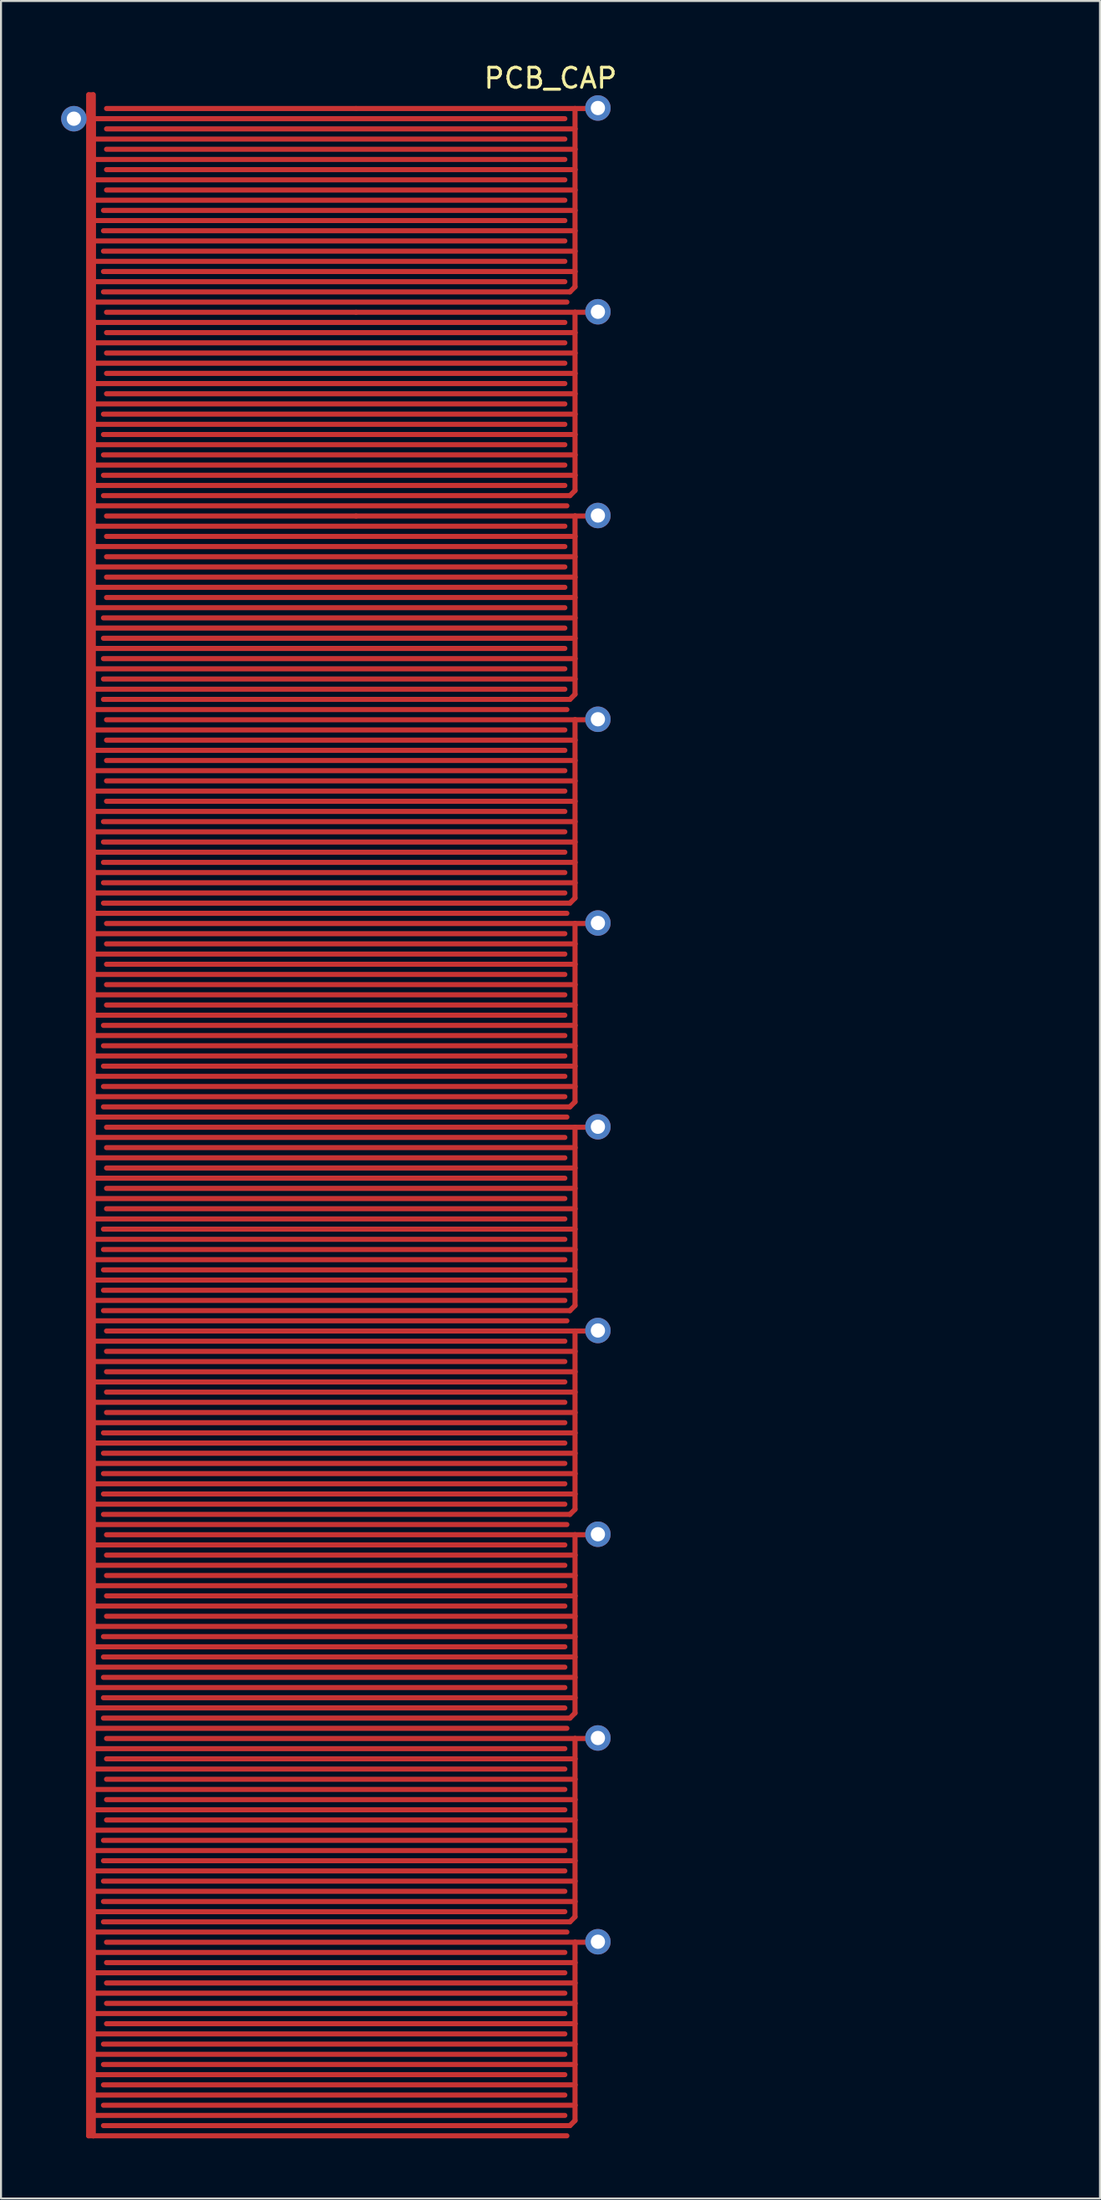
<source format=kicad_pcb>
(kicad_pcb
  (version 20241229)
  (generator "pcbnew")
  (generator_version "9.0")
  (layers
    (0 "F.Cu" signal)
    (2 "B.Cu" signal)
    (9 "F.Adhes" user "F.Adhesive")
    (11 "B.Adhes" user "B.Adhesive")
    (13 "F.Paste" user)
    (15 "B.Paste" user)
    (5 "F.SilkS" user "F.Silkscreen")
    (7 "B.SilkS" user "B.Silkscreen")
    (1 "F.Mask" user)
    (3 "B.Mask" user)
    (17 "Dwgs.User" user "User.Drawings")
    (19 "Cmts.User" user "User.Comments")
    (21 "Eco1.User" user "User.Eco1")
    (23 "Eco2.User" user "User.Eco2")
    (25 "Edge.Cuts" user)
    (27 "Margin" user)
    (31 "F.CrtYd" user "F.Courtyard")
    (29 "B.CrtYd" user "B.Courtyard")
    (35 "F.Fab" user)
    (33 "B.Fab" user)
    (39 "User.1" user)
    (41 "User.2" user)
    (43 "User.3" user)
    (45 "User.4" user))
  (footprint "PCB_CAP"
    (layer "F.Cu")
    (at 48.565 68.02)
    (property "Reference" "PCB_CAP" (at -24.157 -67.172 0) (layer "F.SilkS") (effects (font (size 1 1) (thickness 0.15))))
    (fp_line (start -47.93 -65.151) (end -46.962 -65.151) (stroke (width 0.254) (type solid)) (layer "F.Cu"))
    (fp_line (start -47.193 -66.37) (end -46.962 -66.37) (stroke (width 0.203) (type solid)) (layer "F.Cu"))
    (fp_line (start -47.193 -65.151) (end -47.193 -66.345) (stroke (width 0.254) (type solid)) (layer "F.Cu"))
    (fp_line (start -47.193 35.433) (end -47.193 -65.151) (stroke (width 0.254) (type solid)) (layer "F.Cu"))
    (fp_line (start -47.193 35.433) (end -46.962 35.433) (stroke (width 0.254) (type solid)) (layer "F.Cu"))
    (fp_line (start -46.962 -65.151) (end -46.962 -66.345) (stroke (width 0.254) (type solid)) (layer "F.Cu"))
    (fp_line (start -46.962 -65.151) (end -23.442 -65.151) (stroke (width 0.254) (type solid)) (layer "F.Cu"))
    (fp_line (start -46.962 -64.135) (end -46.962 -65.151) (stroke (width 0.254) (type solid)) (layer "F.Cu"))
    (fp_line (start -46.962 -64.135) (end -23.442 -64.135) (stroke (width 0.254) (type solid)) (layer "F.Cu"))
    (fp_line (start -46.962 -63.119) (end -46.962 -64.135) (stroke (width 0.254) (type solid)) (layer "F.Cu"))
    (fp_line (start -46.962 -63.119) (end -23.442 -63.119) (stroke (width 0.254) (type solid)) (layer "F.Cu"))
    (fp_line (start -46.962 -62.103) (end -46.962 -63.119) (stroke (width 0.254) (type solid)) (layer "F.Cu"))
    (fp_line (start -46.962 -62.103) (end -23.442 -62.103) (stroke (width 0.254) (type solid)) (layer "F.Cu"))
    (fp_line (start -46.962 -61.087) (end -46.962 -62.103) (stroke (width 0.254) (type solid)) (layer "F.Cu"))
    (fp_line (start -46.962 -61.087) (end -23.442 -61.087) (stroke (width 0.254) (type solid)) (layer "F.Cu"))
    (fp_line (start -46.962 -60.071) (end -46.962 -61.087) (stroke (width 0.254) (type solid)) (layer "F.Cu"))
    (fp_line (start -46.962 -60.071) (end -23.442 -60.071) (stroke (width 0.254) (type solid)) (layer "F.Cu"))
    (fp_line (start -46.962 -59.055) (end -46.962 -60.071) (stroke (width 0.254) (type solid)) (layer "F.Cu"))
    (fp_line (start -46.962 -59.055) (end -23.442 -59.055) (stroke (width 0.254) (type solid)) (layer "F.Cu"))
    (fp_line (start -46.962 -58.039) (end -46.962 -59.055) (stroke (width 0.254) (type solid)) (layer "F.Cu"))
    (fp_line (start -46.962 -58.039) (end -23.442 -58.039) (stroke (width 0.254) (type solid)) (layer "F.Cu"))
    (fp_line (start -46.962 -57.023) (end -46.962 -58.039) (stroke (width 0.254) (type solid)) (layer "F.Cu"))
    (fp_line (start -46.962 -57.023) (end -23.442 -57.023) (stroke (width 0.254) (type solid)) (layer "F.Cu"))
    (fp_line (start -46.962 -56.007) (end -46.962 -57.023) (stroke (width 0.254) (type solid)) (layer "F.Cu"))
    (fp_line (start -46.962 -56.007) (end -23.34 -56.007) (stroke (width 0.254) (type solid)) (layer "F.Cu"))
    (fp_line (start -46.962 -54.991) (end -23.442 -54.991) (stroke (width 0.254) (type solid)) (layer "F.Cu"))
    (fp_line (start -46.962 -53.975) (end -46.962 -54.991) (stroke (width 0.254) (type solid)) (layer "F.Cu"))
    (fp_line (start -46.962 -53.975) (end -23.442 -53.975) (stroke (width 0.254) (type solid)) (layer "F.Cu"))
    (fp_line (start -46.962 -52.959) (end -46.962 -53.975) (stroke (width 0.254) (type solid)) (layer "F.Cu"))
    (fp_line (start -46.962 -52.959) (end -23.442 -52.959) (stroke (width 0.254) (type solid)) (layer "F.Cu"))
    (fp_line (start -46.962 -51.943) (end -46.962 -52.959) (stroke (width 0.254) (type solid)) (layer "F.Cu"))
    (fp_line (start -46.962 -51.943) (end -23.442 -51.943) (stroke (width 0.254) (type solid)) (layer "F.Cu"))
    (fp_line (start -46.962 -50.927) (end -46.962 -51.943) (stroke (width 0.254) (type solid)) (layer "F.Cu"))
    (fp_line (start -46.962 -50.927) (end -23.442 -50.927) (stroke (width 0.254) (type solid)) (layer "F.Cu"))
    (fp_line (start -46.962 -49.911) (end -46.962 -50.927) (stroke (width 0.254) (type solid)) (layer "F.Cu"))
    (fp_line (start -46.962 -49.911) (end -23.442 -49.911) (stroke (width 0.254) (type solid)) (layer "F.Cu"))
    (fp_line (start -46.962 -48.895) (end -46.962 -49.911) (stroke (width 0.254) (type solid)) (layer "F.Cu"))
    (fp_line (start -46.962 -48.895) (end -23.442 -48.895) (stroke (width 0.254) (type solid)) (layer "F.Cu"))
    (fp_line (start -46.962 -47.879) (end -46.962 -48.895) (stroke (width 0.254) (type solid)) (layer "F.Cu"))
    (fp_line (start -46.962 -47.879) (end -23.442 -47.879) (stroke (width 0.254) (type solid)) (layer "F.Cu"))
    (fp_line (start -46.962 -46.863) (end -46.962 -47.879) (stroke (width 0.254) (type solid)) (layer "F.Cu"))
    (fp_line (start -46.962 -46.863) (end -23.442 -46.863) (stroke (width 0.254) (type solid)) (layer "F.Cu"))
    (fp_line (start -46.962 -45.847) (end -46.962 -46.863) (stroke (width 0.254) (type solid)) (layer "F.Cu"))
    (fp_line (start -46.962 -45.847) (end -23.34 -45.847) (stroke (width 0.254) (type solid)) (layer "F.Cu"))
    (fp_line (start -46.962 -44.831) (end -46.962 -65.151) (stroke (width 0.254) (type solid)) (layer "F.Cu"))
    (fp_line (start -46.962 -44.831) (end -23.442 -44.831) (stroke (width 0.254) (type solid)) (layer "F.Cu"))
    (fp_line (start -46.962 -43.815) (end -46.962 -44.831) (stroke (width 0.254) (type solid)) (layer "F.Cu"))
    (fp_line (start -46.962 -43.815) (end -23.442 -43.815) (stroke (width 0.254) (type solid)) (layer "F.Cu"))
    (fp_line (start -46.962 -42.799) (end -46.962 -43.815) (stroke (width 0.254) (type solid)) (layer "F.Cu"))
    (fp_line (start -46.962 -42.799) (end -23.442 -42.799) (stroke (width 0.254) (type solid)) (layer "F.Cu"))
    (fp_line (start -46.962 -41.783) (end -46.962 -42.799) (stroke (width 0.254) (type solid)) (layer "F.Cu"))
    (fp_line (start -46.962 -41.783) (end -23.442 -41.783) (stroke (width 0.254) (type solid)) (layer "F.Cu"))
    (fp_line (start -46.962 -40.767) (end -46.962 -41.783) (stroke (width 0.254) (type solid)) (layer "F.Cu"))
    (fp_line (start -46.962 -40.767) (end -23.442 -40.767) (stroke (width 0.254) (type solid)) (layer "F.Cu"))
    (fp_line (start -46.962 -39.751) (end -46.962 -40.767) (stroke (width 0.254) (type solid)) (layer "F.Cu"))
    (fp_line (start -46.962 -39.751) (end -23.442 -39.751) (stroke (width 0.254) (type solid)) (layer "F.Cu"))
    (fp_line (start -46.962 -38.735) (end -46.962 -39.751) (stroke (width 0.254) (type solid)) (layer "F.Cu"))
    (fp_line (start -46.962 -38.735) (end -23.442 -38.735) (stroke (width 0.254) (type solid)) (layer "F.Cu"))
    (fp_line (start -46.962 -37.719) (end -46.962 -38.735) (stroke (width 0.254) (type solid)) (layer "F.Cu"))
    (fp_line (start -46.962 -37.719) (end -23.442 -37.719) (stroke (width 0.254) (type solid)) (layer "F.Cu"))
    (fp_line (start -46.962 -36.703) (end -46.962 -37.719) (stroke (width 0.254) (type solid)) (layer "F.Cu"))
    (fp_line (start -46.962 -36.703) (end -23.442 -36.703) (stroke (width 0.254) (type solid)) (layer "F.Cu"))
    (fp_line (start -46.962 -35.687) (end -46.962 -36.703) (stroke (width 0.254) (type solid)) (layer "F.Cu"))
    (fp_line (start -46.962 -35.687) (end -23.34 -35.687) (stroke (width 0.254) (type solid)) (layer "F.Cu"))
    (fp_line (start -46.962 -34.671) (end -23.442 -34.671) (stroke (width 0.254) (type solid)) (layer "F.Cu"))
    (fp_line (start -46.962 -33.655) (end -23.442 -33.655) (stroke (width 0.254) (type solid)) (layer "F.Cu"))
    (fp_line (start -46.962 -32.639) (end -23.442 -32.639) (stroke (width 0.254) (type solid)) (layer "F.Cu"))
    (fp_line (start -46.962 -31.623) (end -23.442 -31.623) (stroke (width 0.254) (type solid)) (layer "F.Cu"))
    (fp_line (start -46.962 -30.607) (end -23.442 -30.607) (stroke (width 0.254) (type solid)) (layer "F.Cu"))
    (fp_line (start -46.962 -29.591) (end -23.442 -29.591) (stroke (width 0.254) (type solid)) (layer "F.Cu"))
    (fp_line (start -46.962 -28.575) (end -23.442 -28.575) (stroke (width 0.254) (type solid)) (layer "F.Cu"))
    (fp_line (start -46.962 -27.559) (end -23.442 -27.559) (stroke (width 0.254) (type solid)) (layer "F.Cu"))
    (fp_line (start -46.962 -26.543) (end -23.442 -26.543) (stroke (width 0.254) (type solid)) (layer "F.Cu"))
    (fp_line (start -46.962 -25.527) (end -46.962 -35.687) (stroke (width 0.254) (type solid)) (layer "F.Cu"))
    (fp_line (start -46.962 -25.527) (end -23.34 -25.527) (stroke (width 0.254) (type solid)) (layer "F.Cu"))
    (fp_line (start -46.962 -24.511) (end -23.442 -24.511) (stroke (width 0.254) (type solid)) (layer "F.Cu"))
    (fp_line (start -46.962 -23.495) (end -23.442 -23.495) (stroke (width 0.254) (type solid)) (layer "F.Cu"))
    (fp_line (start -46.962 -22.479) (end -23.442 -22.479) (stroke (width 0.254) (type solid)) (layer "F.Cu"))
    (fp_line (start -46.962 -21.463) (end -23.442 -21.463) (stroke (width 0.254) (type solid)) (layer "F.Cu"))
    (fp_line (start -46.962 -20.447) (end -23.442 -20.447) (stroke (width 0.254) (type solid)) (layer "F.Cu"))
    (fp_line (start -46.962 -19.431) (end -23.442 -19.431) (stroke (width 0.254) (type solid)) (layer "F.Cu"))
    (fp_line (start -46.962 -18.415) (end -23.442 -18.415) (stroke (width 0.254) (type solid)) (layer "F.Cu"))
    (fp_line (start -46.962 -17.399) (end -23.442 -17.399) (stroke (width 0.254) (type solid)) (layer "F.Cu"))
    (fp_line (start -46.962 -16.383) (end -23.442 -16.383) (stroke (width 0.254) (type solid)) (layer "F.Cu"))
    (fp_line (start -46.962 -15.367) (end -46.962 -25.527) (stroke (width 0.254) (type solid)) (layer "F.Cu"))
    (fp_line (start -46.962 -15.367) (end -23.34 -15.367) (stroke (width 0.254) (type solid)) (layer "F.Cu"))
    (fp_line (start -46.962 -14.351) (end -23.442 -14.351) (stroke (width 0.254) (type solid)) (layer "F.Cu"))
    (fp_line (start -46.962 -13.335) (end -23.442 -13.335) (stroke (width 0.254) (type solid)) (layer "F.Cu"))
    (fp_line (start -46.962 -12.319) (end -23.442 -12.319) (stroke (width 0.254) (type solid)) (layer "F.Cu"))
    (fp_line (start -46.962 -11.303) (end -23.442 -11.303) (stroke (width 0.254) (type solid)) (layer "F.Cu"))
    (fp_line (start -46.962 -10.287) (end -23.442 -10.287) (stroke (width 0.254) (type solid)) (layer "F.Cu"))
    (fp_line (start -46.962 -9.271) (end -23.442 -9.271) (stroke (width 0.254) (type solid)) (layer "F.Cu"))
    (fp_line (start -46.962 -8.255) (end -23.442 -8.255) (stroke (width 0.254) (type solid)) (layer "F.Cu"))
    (fp_line (start -46.962 -7.239) (end -23.442 -7.239) (stroke (width 0.254) (type solid)) (layer "F.Cu"))
    (fp_line (start -46.962 -6.223) (end -23.442 -6.223) (stroke (width 0.254) (type solid)) (layer "F.Cu"))
    (fp_line (start -46.962 -5.207) (end -46.962 -15.367) (stroke (width 0.254) (type solid)) (layer "F.Cu"))
    (fp_line (start -46.962 -5.207) (end -23.34 -5.207) (stroke (width 0.254) (type solid)) (layer "F.Cu"))
    (fp_line (start -46.962 -4.191) (end -23.442 -4.191) (stroke (width 0.254) (type solid)) (layer "F.Cu"))
    (fp_line (start -46.962 -3.175) (end -23.442 -3.175) (stroke (width 0.254) (type solid)) (layer "F.Cu"))
    (fp_line (start -46.962 -2.159) (end -23.442 -2.159) (stroke (width 0.254) (type solid)) (layer "F.Cu"))
    (fp_line (start -46.962 -1.143) (end -23.442 -1.143) (stroke (width 0.254) (type solid)) (layer "F.Cu"))
    (fp_line (start -46.962 -0.127) (end -23.442 -0.127) (stroke (width 0.254) (type solid)) (layer "F.Cu"))
    (fp_line (start -46.962 0.889) (end -23.442 0.889) (stroke (width 0.254) (type solid)) (layer "F.Cu"))
    (fp_line (start -46.962 1.905) (end -23.442 1.905) (stroke (width 0.254) (type solid)) (layer "F.Cu"))
    (fp_line (start -46.962 2.921) (end -23.442 2.921) (stroke (width 0.254) (type solid)) (layer "F.Cu"))
    (fp_line (start -46.962 3.937) (end -23.442 3.937) (stroke (width 0.254) (type solid)) (layer "F.Cu"))
    (fp_line (start -46.962 4.953) (end -46.962 -5.207) (stroke (width 0.254) (type solid)) (layer "F.Cu"))
    (fp_line (start -46.962 4.953) (end -23.34 4.953) (stroke (width 0.254) (type solid)) (layer "F.Cu"))
    (fp_line (start -46.962 5.969) (end -23.442 5.969) (stroke (width 0.254) (type solid)) (layer "F.Cu"))
    (fp_line (start -46.962 6.985) (end -23.442 6.985) (stroke (width 0.254) (type solid)) (layer "F.Cu"))
    (fp_line (start -46.962 8.001) (end -23.442 8.001) (stroke (width 0.254) (type solid)) (layer "F.Cu"))
    (fp_line (start -46.962 9.017) (end -23.442 9.017) (stroke (width 0.254) (type solid)) (layer "F.Cu"))
    (fp_line (start -46.962 10.033) (end -23.442 10.033) (stroke (width 0.254) (type solid)) (layer "F.Cu"))
    (fp_line (start -46.962 11.049) (end -23.442 11.049) (stroke (width 0.254) (type solid)) (layer "F.Cu"))
    (fp_line (start -46.962 12.065) (end -23.442 12.065) (stroke (width 0.254) (type solid)) (layer "F.Cu"))
    (fp_line (start -46.962 13.081) (end -23.442 13.081) (stroke (width 0.254) (type solid)) (layer "F.Cu"))
    (fp_line (start -46.962 14.097) (end -23.442 14.097) (stroke (width 0.254) (type solid)) (layer "F.Cu"))
    (fp_line (start -46.962 15.113) (end -46.962 4.953) (stroke (width 0.254) (type solid)) (layer "F.Cu"))
    (fp_line (start -46.962 15.113) (end -23.34 15.113) (stroke (width 0.254) (type solid)) (layer "F.Cu"))
    (fp_line (start -46.962 16.129) (end -23.442 16.129) (stroke (width 0.254) (type solid)) (layer "F.Cu"))
    (fp_line (start -46.962 17.145) (end -23.442 17.145) (stroke (width 0.254) (type solid)) (layer "F.Cu"))
    (fp_line (start -46.962 18.161) (end -23.442 18.161) (stroke (width 0.254) (type solid)) (layer "F.Cu"))
    (fp_line (start -46.962 19.177) (end -23.442 19.177) (stroke (width 0.254) (type solid)) (layer "F.Cu"))
    (fp_line (start -46.962 20.193) (end -23.442 20.193) (stroke (width 0.254) (type solid)) (layer "F.Cu"))
    (fp_line (start -46.962 21.209) (end -23.442 21.209) (stroke (width 0.254) (type solid)) (layer "F.Cu"))
    (fp_line (start -46.962 22.225) (end -23.442 22.225) (stroke (width 0.254) (type solid)) (layer "F.Cu"))
    (fp_line (start -46.962 23.241) (end -23.442 23.241) (stroke (width 0.254) (type solid)) (layer "F.Cu"))
    (fp_line (start -46.962 24.257) (end -23.442 24.257) (stroke (width 0.254) (type solid)) (layer "F.Cu"))
    (fp_line (start -46.962 25.273) (end -46.962 15.113) (stroke (width 0.254) (type solid)) (layer "F.Cu"))
    (fp_line (start -46.962 25.273) (end -23.34 25.273) (stroke (width 0.254) (type solid)) (layer "F.Cu"))
    (fp_line (start -46.962 26.289) (end -23.442 26.289) (stroke (width 0.254) (type solid)) (layer "F.Cu"))
    (fp_line (start -46.962 27.305) (end -23.442 27.305) (stroke (width 0.254) (type solid)) (layer "F.Cu"))
    (fp_line (start -46.962 28.321) (end -23.442 28.321) (stroke (width 0.254) (type solid)) (layer "F.Cu"))
    (fp_line (start -46.962 29.337) (end -23.442 29.337) (stroke (width 0.254) (type solid)) (layer "F.Cu"))
    (fp_line (start -46.962 30.353) (end -23.442 30.353) (stroke (width 0.254) (type solid)) (layer "F.Cu"))
    (fp_line (start -46.962 31.369) (end -23.442 31.369) (stroke (width 0.254) (type solid)) (layer "F.Cu"))
    (fp_line (start -46.962 32.385) (end -23.442 32.385) (stroke (width 0.254) (type solid)) (layer "F.Cu"))
    (fp_line (start -46.962 33.401) (end -23.442 33.401) (stroke (width 0.254) (type solid)) (layer "F.Cu"))
    (fp_line (start -46.962 34.417) (end -23.442 34.417) (stroke (width 0.254) (type solid)) (layer "F.Cu"))
    (fp_line (start -46.962 35.433) (end -46.962 25.273) (stroke (width 0.254) (type solid)) (layer "F.Cu"))
    (fp_line (start -46.962 35.433) (end -23.34 35.433) (stroke (width 0.254) (type solid)) (layer "F.Cu"))
    (fp_line (start -46.454 -60.579) (end -22.934 -60.579) (stroke (width 0.254) (type solid)) (layer "F.Cu"))
    (fp_line (start -46.454 -59.563) (end -22.934 -59.563) (stroke (width 0.254) (type solid)) (layer "F.Cu"))
    (fp_line (start -46.454 -58.547) (end -22.934 -58.547) (stroke (width 0.254) (type solid)) (layer "F.Cu"))
    (fp_line (start -46.454 -57.531) (end -22.934 -57.531) (stroke (width 0.254) (type solid)) (layer "F.Cu"))
    (fp_line (start -46.454 -56.515) (end -23.188 -56.515) (stroke (width 0.254) (type solid)) (layer "F.Cu"))
    (fp_line (start -46.454 -50.419) (end -22.934 -50.419) (stroke (width 0.254) (type solid)) (layer "F.Cu"))
    (fp_line (start -46.454 -49.403) (end -22.934 -49.403) (stroke (width 0.254) (type solid)) (layer "F.Cu"))
    (fp_line (start -46.454 -48.387) (end -22.934 -48.387) (stroke (width 0.254) (type solid)) (layer "F.Cu"))
    (fp_line (start -46.454 -47.371) (end -22.934 -47.371) (stroke (width 0.254) (type solid)) (layer "F.Cu"))
    (fp_line (start -46.454 -46.355) (end -23.188 -46.355) (stroke (width 0.254) (type solid)) (layer "F.Cu"))
    (fp_line (start -46.454 -40.259) (end -22.934 -40.259) (stroke (width 0.254) (type solid)) (layer "F.Cu"))
    (fp_line (start -46.454 -39.243) (end -22.934 -39.243) (stroke (width 0.254) (type solid)) (layer "F.Cu"))
    (fp_line (start -46.454 -38.227) (end -22.934 -38.227) (stroke (width 0.254) (type solid)) (layer "F.Cu"))
    (fp_line (start -46.454 -37.211) (end -22.934 -37.211) (stroke (width 0.254) (type solid)) (layer "F.Cu"))
    (fp_line (start -46.454 -36.195) (end -23.188 -36.195) (stroke (width 0.254) (type solid)) (layer "F.Cu"))
    (fp_line (start -46.454 -30.099) (end -22.934 -30.099) (stroke (width 0.254) (type solid)) (layer "F.Cu"))
    (fp_line (start -46.454 -29.083) (end -22.934 -29.083) (stroke (width 0.254) (type solid)) (layer "F.Cu"))
    (fp_line (start -46.454 -28.067) (end -22.934 -28.067) (stroke (width 0.254) (type solid)) (layer "F.Cu"))
    (fp_line (start -46.454 -27.051) (end -22.934 -27.051) (stroke (width 0.254) (type solid)) (layer "F.Cu"))
    (fp_line (start -46.454 -26.035) (end -23.188 -26.035) (stroke (width 0.254) (type solid)) (layer "F.Cu"))
    (fp_line (start -46.454 -19.939) (end -22.934 -19.939) (stroke (width 0.254) (type solid)) (layer "F.Cu"))
    (fp_line (start -46.454 -18.923) (end -22.934 -18.923) (stroke (width 0.254) (type solid)) (layer "F.Cu"))
    (fp_line (start -46.454 -17.907) (end -22.934 -17.907) (stroke (width 0.254) (type solid)) (layer "F.Cu"))
    (fp_line (start -46.454 -16.891) (end -22.934 -16.891) (stroke (width 0.254) (type solid)) (layer "F.Cu"))
    (fp_line (start -46.454 -15.875) (end -23.188 -15.875) (stroke (width 0.254) (type solid)) (layer "F.Cu"))
    (fp_line (start -46.454 -9.779) (end -22.934 -9.779) (stroke (width 0.254) (type solid)) (layer "F.Cu"))
    (fp_line (start -46.454 -8.763) (end -22.934 -8.763) (stroke (width 0.254) (type solid)) (layer "F.Cu"))
    (fp_line (start -46.454 -7.747) (end -22.934 -7.747) (stroke (width 0.254) (type solid)) (layer "F.Cu"))
    (fp_line (start -46.454 -6.731) (end -22.934 -6.731) (stroke (width 0.254) (type solid)) (layer "F.Cu"))
    (fp_line (start -46.454 -5.715) (end -23.188 -5.715) (stroke (width 0.254) (type solid)) (layer "F.Cu"))
    (fp_line (start -46.454 0.381) (end -22.934 0.381) (stroke (width 0.254) (type solid)) (layer "F.Cu"))
    (fp_line (start -46.454 1.397) (end -22.934 1.397) (stroke (width 0.254) (type solid)) (layer "F.Cu"))
    (fp_line (start -46.454 2.413) (end -22.934 2.413) (stroke (width 0.254) (type solid)) (layer "F.Cu"))
    (fp_line (start -46.454 3.429) (end -22.934 3.429) (stroke (width 0.254) (type solid)) (layer "F.Cu"))
    (fp_line (start -46.454 4.445) (end -23.188 4.445) (stroke (width 0.254) (type solid)) (layer "F.Cu"))
    (fp_line (start -46.454 10.541) (end -22.934 10.541) (stroke (width 0.254) (type solid)) (layer "F.Cu"))
    (fp_line (start -46.454 11.557) (end -22.934 11.557) (stroke (width 0.254) (type solid)) (layer "F.Cu"))
    (fp_line (start -46.454 12.573) (end -22.934 12.573) (stroke (width 0.254) (type solid)) (layer "F.Cu"))
    (fp_line (start -46.454 13.589) (end -22.934 13.589) (stroke (width 0.254) (type solid)) (layer "F.Cu"))
    (fp_line (start -46.454 14.605) (end -23.188 14.605) (stroke (width 0.254) (type solid)) (layer "F.Cu"))
    (fp_line (start -46.454 20.701) (end -22.934 20.701) (stroke (width 0.254) (type solid)) (layer "F.Cu"))
    (fp_line (start -46.454 21.717) (end -22.934 21.717) (stroke (width 0.254) (type solid)) (layer "F.Cu"))
    (fp_line (start -46.454 22.733) (end -22.934 22.733) (stroke (width 0.254) (type solid)) (layer "F.Cu"))
    (fp_line (start -46.454 23.749) (end -22.934 23.749) (stroke (width 0.254) (type solid)) (layer "F.Cu"))
    (fp_line (start -46.454 24.765) (end -23.188 24.765) (stroke (width 0.254) (type solid)) (layer "F.Cu"))
    (fp_line (start -46.454 30.861) (end -22.934 30.861) (stroke (width 0.254) (type solid)) (layer "F.Cu"))
    (fp_line (start -46.454 31.877) (end -22.934 31.877) (stroke (width 0.254) (type solid)) (layer "F.Cu"))
    (fp_line (start -46.454 32.893) (end -22.934 32.893) (stroke (width 0.254) (type solid)) (layer "F.Cu"))
    (fp_line (start -46.454 33.909) (end -22.934 33.909) (stroke (width 0.254) (type solid)) (layer "F.Cu"))
    (fp_line (start -46.454 34.925) (end -23.188 34.925) (stroke (width 0.254) (type solid)) (layer "F.Cu"))
    (fp_line (start -46.302 -65.659) (end -33.856 -65.659) (stroke (width 0.254) (type solid)) (layer "F.Cu"))
    (fp_line (start -46.302 -64.643) (end -22.934 -64.643) (stroke (width 0.254) (type solid)) (layer "F.Cu"))
    (fp_line (start -46.302 -63.627) (end -22.934 -63.627) (stroke (width 0.254) (type solid)) (layer "F.Cu"))
    (fp_line (start -46.302 -62.611) (end -22.934 -62.611) (stroke (width 0.254) (type solid)) (layer "F.Cu"))
    (fp_line (start -46.302 -61.595) (end -22.934 -61.595) (stroke (width 0.254) (type solid)) (layer "F.Cu"))
    (fp_line (start -46.302 -55.499) (end -33.856 -55.499) (stroke (width 0.254) (type solid)) (layer "F.Cu"))
    (fp_line (start -46.302 -54.483) (end -22.934 -54.483) (stroke (width 0.254) (type solid)) (layer "F.Cu"))
    (fp_line (start -46.302 -53.467) (end -22.934 -53.467) (stroke (width 0.254) (type solid)) (layer "F.Cu"))
    (fp_line (start -46.302 -52.451) (end -22.934 -52.451) (stroke (width 0.254) (type solid)) (layer "F.Cu"))
    (fp_line (start -46.302 -51.435) (end -22.934 -51.435) (stroke (width 0.254) (type solid)) (layer "F.Cu"))
    (fp_line (start -46.302 -45.339) (end -33.856 -45.339) (stroke (width 0.254) (type solid)) (layer "F.Cu"))
    (fp_line (start -46.302 -44.323) (end -22.934 -44.323) (stroke (width 0.254) (type solid)) (layer "F.Cu"))
    (fp_line (start -46.302 -43.307) (end -22.934 -43.307) (stroke (width 0.254) (type solid)) (layer "F.Cu"))
    (fp_line (start -46.302 -42.291) (end -22.934 -42.291) (stroke (width 0.254) (type solid)) (layer "F.Cu"))
    (fp_line (start -46.302 -41.275) (end -22.934 -41.275) (stroke (width 0.254) (type solid)) (layer "F.Cu"))
    (fp_line (start -46.302 -35.179) (end -22.934 -35.179) (stroke (width 0.254) (type solid)) (layer "F.Cu"))
    (fp_line (start -46.302 -34.163) (end -22.934 -34.163) (stroke (width 0.254) (type solid)) (layer "F.Cu"))
    (fp_line (start -46.302 -33.147) (end -22.934 -33.147) (stroke (width 0.254) (type solid)) (layer "F.Cu"))
    (fp_line (start -46.302 -32.131) (end -22.934 -32.131) (stroke (width 0.254) (type solid)) (layer "F.Cu"))
    (fp_line (start -46.302 -31.115) (end -22.934 -31.115) (stroke (width 0.254) (type solid)) (layer "F.Cu"))
    (fp_line (start -46.302 -25.019) (end -22.934 -25.019) (stroke (width 0.254) (type solid)) (layer "F.Cu"))
    (fp_line (start -46.302 -24.003) (end -22.934 -24.003) (stroke (width 0.254) (type solid)) (layer "F.Cu"))
    (fp_line (start -46.302 -22.987) (end -22.934 -22.987) (stroke (width 0.254) (type solid)) (layer "F.Cu"))
    (fp_line (start -46.302 -21.971) (end -22.934 -21.971) (stroke (width 0.254) (type solid)) (layer "F.Cu"))
    (fp_line (start -46.302 -20.955) (end -22.934 -20.955) (stroke (width 0.254) (type solid)) (layer "F.Cu"))
    (fp_line (start -46.302 -14.859) (end -22.934 -14.859) (stroke (width 0.254) (type solid)) (layer "F.Cu"))
    (fp_line (start -46.302 -13.843) (end -22.934 -13.843) (stroke (width 0.254) (type solid)) (layer "F.Cu"))
    (fp_line (start -46.302 -12.827) (end -22.934 -12.827) (stroke (width 0.254) (type solid)) (layer "F.Cu"))
    (fp_line (start -46.302 -11.811) (end -22.934 -11.811) (stroke (width 0.254) (type solid)) (layer "F.Cu"))
    (fp_line (start -46.302 -10.795) (end -22.934 -10.795) (stroke (width 0.254) (type solid)) (layer "F.Cu"))
    (fp_line (start -46.302 -4.699) (end -22.934 -4.699) (stroke (width 0.254) (type solid)) (layer "F.Cu"))
    (fp_line (start -46.302 -3.683) (end -22.934 -3.683) (stroke (width 0.254) (type solid)) (layer "F.Cu"))
    (fp_line (start -46.302 -2.667) (end -22.934 -2.667) (stroke (width 0.254) (type solid)) (layer "F.Cu"))
    (fp_line (start -46.302 -1.651) (end -22.934 -1.651) (stroke (width 0.254) (type solid)) (layer "F.Cu"))
    (fp_line (start -46.302 -0.635) (end -22.934 -0.635) (stroke (width 0.254) (type solid)) (layer "F.Cu"))
    (fp_line (start -46.302 5.461) (end -22.934 5.461) (stroke (width 0.254) (type solid)) (layer "F.Cu"))
    (fp_line (start -46.302 6.477) (end -22.934 6.477) (stroke (width 0.254) (type solid)) (layer "F.Cu"))
    (fp_line (start -46.302 7.493) (end -22.934 7.493) (stroke (width 0.254) (type solid)) (layer "F.Cu"))
    (fp_line (start -46.302 8.509) (end -22.934 8.509) (stroke (width 0.254) (type solid)) (layer "F.Cu"))
    (fp_line (start -46.302 9.525) (end -22.934 9.525) (stroke (width 0.254) (type solid)) (layer "F.Cu"))
    (fp_line (start -46.302 15.621) (end -22.934 15.621) (stroke (width 0.254) (type solid)) (layer "F.Cu"))
    (fp_line (start -46.302 16.637) (end -22.934 16.637) (stroke (width 0.254) (type solid)) (layer "F.Cu"))
    (fp_line (start -46.302 17.653) (end -22.934 17.653) (stroke (width 0.254) (type solid)) (layer "F.Cu"))
    (fp_line (start -46.302 18.669) (end -22.934 18.669) (stroke (width 0.254) (type solid)) (layer "F.Cu"))
    (fp_line (start -46.302 19.685) (end -22.934 19.685) (stroke (width 0.254) (type solid)) (layer "F.Cu"))
    (fp_line (start -46.302 25.781) (end -22.934 25.781) (stroke (width 0.254) (type solid)) (layer "F.Cu"))
    (fp_line (start -46.302 26.797) (end -22.934 26.797) (stroke (width 0.254) (type solid)) (layer "F.Cu"))
    (fp_line (start -46.302 27.813) (end -22.934 27.813) (stroke (width 0.254) (type solid)) (layer "F.Cu"))
    (fp_line (start -46.302 28.829) (end -22.934 28.829) (stroke (width 0.254) (type solid)) (layer "F.Cu"))
    (fp_line (start -46.302 29.845) (end -22.934 29.845) (stroke (width 0.254) (type solid)) (layer "F.Cu"))
    (fp_line (start -33.856 -65.659) (end -22.934 -65.659) (stroke (width 0.254) (type solid)) (layer "F.Cu"))
    (fp_line (start -33.856 -55.499) (end -22.934 -55.499) (stroke (width 0.254) (type solid)) (layer "F.Cu"))
    (fp_line (start -33.856 -45.339) (end -22.934 -45.339) (stroke (width 0.254) (type solid)) (layer "F.Cu"))
    (fp_line (start -23.188 -56.515) (end -22.934 -56.769) (stroke (width 0.254) (type solid)) (layer "F.Cu"))
    (fp_line (start -23.188 -46.355) (end -22.934 -46.609) (stroke (width 0.254) (type solid)) (layer "F.Cu"))
    (fp_line (start -23.188 -36.195) (end -22.934 -36.449) (stroke (width 0.254) (type solid)) (layer "F.Cu"))
    (fp_line (start -23.188 -26.035) (end -22.934 -26.289) (stroke (width 0.254) (type solid)) (layer "F.Cu"))
    (fp_line (start -23.188 -15.875) (end -22.934 -16.129) (stroke (width 0.254) (type solid)) (layer "F.Cu"))
    (fp_line (start -23.188 -5.715) (end -22.934 -5.969) (stroke (width 0.254) (type solid)) (layer "F.Cu"))
    (fp_line (start -23.188 4.445) (end -22.934 4.191) (stroke (width 0.254) (type solid)) (layer "F.Cu"))
    (fp_line (start -23.188 14.605) (end -22.934 14.351) (stroke (width 0.254) (type solid)) (layer "F.Cu"))
    (fp_line (start -23.188 24.765) (end -22.934 24.511) (stroke (width 0.254) (type solid)) (layer "F.Cu"))
    (fp_line (start -23.188 34.925) (end -22.934 34.671) (stroke (width 0.254) (type solid)) (layer "F.Cu"))
    (fp_line (start -22.934 -65.659) (end -21.819 -65.659) (stroke (width 0.254) (type solid)) (layer "F.Cu"))
    (fp_line (start -22.934 -64.643) (end -22.934 -65.659) (stroke (width 0.254) (type solid)) (layer "F.Cu"))
    (fp_line (start -22.934 -63.627) (end -22.934 -64.643) (stroke (width 0.254) (type solid)) (layer "F.Cu"))
    (fp_line (start -22.934 -62.611) (end -22.934 -63.627) (stroke (width 0.254) (type solid)) (layer "F.Cu"))
    (fp_line (start -22.934 -61.595) (end -22.934 -62.611) (stroke (width 0.254) (type solid)) (layer "F.Cu"))
    (fp_line (start -22.934 -60.579) (end -22.934 -61.595) (stroke (width 0.254) (type solid)) (layer "F.Cu"))
    (fp_line (start -22.934 -59.563) (end -22.934 -60.579) (stroke (width 0.254) (type solid)) (layer "F.Cu"))
    (fp_line (start -22.934 -58.547) (end -22.934 -59.563) (stroke (width 0.254) (type solid)) (layer "F.Cu"))
    (fp_line (start -22.934 -57.531) (end -22.934 -58.547) (stroke (width 0.254) (type solid)) (layer "F.Cu"))
    (fp_line (start -22.934 -56.769) (end -22.934 -57.531) (stroke (width 0.254) (type solid)) (layer "F.Cu"))
    (fp_line (start -22.934 -55.499) (end -21.819 -55.499) (stroke (width 0.254) (type solid)) (layer "F.Cu"))
    (fp_line (start -22.934 -54.483) (end -22.934 -55.499) (stroke (width 0.254) (type solid)) (layer "F.Cu"))
    (fp_line (start -22.934 -53.467) (end -22.934 -54.483) (stroke (width 0.254) (type solid)) (layer "F.Cu"))
    (fp_line (start -22.934 -52.451) (end -22.934 -53.467) (stroke (width 0.254) (type solid)) (layer "F.Cu"))
    (fp_line (start -22.934 -51.435) (end -22.934 -52.451) (stroke (width 0.254) (type solid)) (layer "F.Cu"))
    (fp_line (start -22.934 -50.419) (end -22.934 -51.435) (stroke (width 0.254) (type solid)) (layer "F.Cu"))
    (fp_line (start -22.934 -49.403) (end -22.934 -50.419) (stroke (width 0.254) (type solid)) (layer "F.Cu"))
    (fp_line (start -22.934 -48.387) (end -22.934 -49.403) (stroke (width 0.254) (type solid)) (layer "F.Cu"))
    (fp_line (start -22.934 -47.371) (end -22.934 -48.387) (stroke (width 0.254) (type solid)) (layer "F.Cu"))
    (fp_line (start -22.934 -46.609) (end -22.934 -47.371) (stroke (width 0.254) (type solid)) (layer "F.Cu"))
    (fp_line (start -22.934 -45.339) (end -21.819 -45.339) (stroke (width 0.254) (type solid)) (layer "F.Cu"))
    (fp_line (start -22.934 -44.323) (end -22.934 -45.339) (stroke (width 0.254) (type solid)) (layer "F.Cu"))
    (fp_line (start -22.934 -43.307) (end -22.934 -44.323) (stroke (width 0.254) (type solid)) (layer "F.Cu"))
    (fp_line (start -22.934 -42.291) (end -22.934 -43.307) (stroke (width 0.254) (type solid)) (layer "F.Cu"))
    (fp_line (start -22.934 -41.275) (end -22.934 -42.291) (stroke (width 0.254) (type solid)) (layer "F.Cu"))
    (fp_line (start -22.934 -40.259) (end -22.934 -41.275) (stroke (width 0.254) (type solid)) (layer "F.Cu"))
    (fp_line (start -22.934 -39.243) (end -22.934 -40.259) (stroke (width 0.254) (type solid)) (layer "F.Cu"))
    (fp_line (start -22.934 -38.227) (end -22.934 -39.243) (stroke (width 0.254) (type solid)) (layer "F.Cu"))
    (fp_line (start -22.934 -37.211) (end -22.934 -38.227) (stroke (width 0.254) (type solid)) (layer "F.Cu"))
    (fp_line (start -22.934 -36.449) (end -22.934 -37.211) (stroke (width 0.254) (type solid)) (layer "F.Cu"))
    (fp_line (start -22.934 -35.179) (end -21.819 -35.179) (stroke (width 0.254) (type solid)) (layer "F.Cu"))
    (fp_line (start -22.934 -34.163) (end -22.934 -35.179) (stroke (width 0.254) (type solid)) (layer "F.Cu"))
    (fp_line (start -22.934 -33.147) (end -22.934 -34.163) (stroke (width 0.254) (type solid)) (layer "F.Cu"))
    (fp_line (start -22.934 -32.131) (end -22.934 -33.147) (stroke (width 0.254) (type solid)) (layer "F.Cu"))
    (fp_line (start -22.934 -31.115) (end -22.934 -32.131) (stroke (width 0.254) (type solid)) (layer "F.Cu"))
    (fp_line (start -22.934 -30.099) (end -22.934 -31.115) (stroke (width 0.254) (type solid)) (layer "F.Cu"))
    (fp_line (start -22.934 -29.083) (end -22.934 -30.099) (stroke (width 0.254) (type solid)) (layer "F.Cu"))
    (fp_line (start -22.934 -28.067) (end -22.934 -29.083) (stroke (width 0.254) (type solid)) (layer "F.Cu"))
    (fp_line (start -22.934 -27.051) (end -22.934 -28.067) (stroke (width 0.254) (type solid)) (layer "F.Cu"))
    (fp_line (start -22.934 -26.289) (end -22.934 -27.051) (stroke (width 0.254) (type solid)) (layer "F.Cu"))
    (fp_line (start -22.934 -25.019) (end -21.819 -25.019) (stroke (width 0.254) (type solid)) (layer "F.Cu"))
    (fp_line (start -22.934 -24.003) (end -22.934 -25.019) (stroke (width 0.254) (type solid)) (layer "F.Cu"))
    (fp_line (start -22.934 -22.987) (end -22.934 -24.003) (stroke (width 0.254) (type solid)) (layer "F.Cu"))
    (fp_line (start -22.934 -21.971) (end -22.934 -22.987) (stroke (width 0.254) (type solid)) (layer "F.Cu"))
    (fp_line (start -22.934 -20.955) (end -22.934 -21.971) (stroke (width 0.254) (type solid)) (layer "F.Cu"))
    (fp_line (start -22.934 -19.939) (end -22.934 -20.955) (stroke (width 0.254) (type solid)) (layer "F.Cu"))
    (fp_line (start -22.934 -18.923) (end -22.934 -19.939) (stroke (width 0.254) (type solid)) (layer "F.Cu"))
    (fp_line (start -22.934 -17.907) (end -22.934 -18.923) (stroke (width 0.254) (type solid)) (layer "F.Cu"))
    (fp_line (start -22.934 -16.891) (end -22.934 -17.907) (stroke (width 0.254) (type solid)) (layer "F.Cu"))
    (fp_line (start -22.934 -16.129) (end -22.934 -16.891) (stroke (width 0.254) (type solid)) (layer "F.Cu"))
    (fp_line (start -22.934 -14.859) (end -21.819 -14.859) (stroke (width 0.254) (type solid)) (layer "F.Cu"))
    (fp_line (start -22.934 -13.843) (end -22.934 -14.859) (stroke (width 0.254) (type solid)) (layer "F.Cu"))
    (fp_line (start -22.934 -12.827) (end -22.934 -13.843) (stroke (width 0.254) (type solid)) (layer "F.Cu"))
    (fp_line (start -22.934 -11.811) (end -22.934 -12.827) (stroke (width 0.254) (type solid)) (layer "F.Cu"))
    (fp_line (start -22.934 -10.795) (end -22.934 -11.811) (stroke (width 0.254) (type solid)) (layer "F.Cu"))
    (fp_line (start -22.934 -9.779) (end -22.934 -10.795) (stroke (width 0.254) (type solid)) (layer "F.Cu"))
    (fp_line (start -22.934 -8.763) (end -22.934 -9.779) (stroke (width 0.254) (type solid)) (layer "F.Cu"))
    (fp_line (start -22.934 -7.747) (end -22.934 -8.763) (stroke (width 0.254) (type solid)) (layer "F.Cu"))
    (fp_line (start -22.934 -6.731) (end -22.934 -7.747) (stroke (width 0.254) (type solid)) (layer "F.Cu"))
    (fp_line (start -22.934 -5.969) (end -22.934 -6.731) (stroke (width 0.254) (type solid)) (layer "F.Cu"))
    (fp_line (start -22.934 -4.699) (end -21.819 -4.699) (stroke (width 0.254) (type solid)) (layer "F.Cu"))
    (fp_line (start -22.934 -3.683) (end -22.934 -4.699) (stroke (width 0.254) (type solid)) (layer "F.Cu"))
    (fp_line (start -22.934 -2.667) (end -22.934 -3.683) (stroke (width 0.254) (type solid)) (layer "F.Cu"))
    (fp_line (start -22.934 -1.651) (end -22.934 -2.667) (stroke (width 0.254) (type solid)) (layer "F.Cu"))
    (fp_line (start -22.934 -0.635) (end -22.934 -1.651) (stroke (width 0.254) (type solid)) (layer "F.Cu"))
    (fp_line (start -22.934 0.381) (end -22.934 -0.635) (stroke (width 0.254) (type solid)) (layer "F.Cu"))
    (fp_line (start -22.934 1.397) (end -22.934 0.381) (stroke (width 0.254) (type solid)) (layer "F.Cu"))
    (fp_line (start -22.934 2.413) (end -22.934 1.397) (stroke (width 0.254) (type solid)) (layer "F.Cu"))
    (fp_line (start -22.934 3.429) (end -22.934 2.413) (stroke (width 0.254) (type solid)) (layer "F.Cu"))
    (fp_line (start -22.934 4.191) (end -22.934 3.429) (stroke (width 0.254) (type solid)) (layer "F.Cu"))
    (fp_line (start -22.934 5.461) (end -21.819 5.461) (stroke (width 0.254) (type solid)) (layer "F.Cu"))
    (fp_line (start -22.934 6.477) (end -22.934 5.461) (stroke (width 0.254) (type solid)) (layer "F.Cu"))
    (fp_line (start -22.934 7.493) (end -22.934 6.477) (stroke (width 0.254) (type solid)) (layer "F.Cu"))
    (fp_line (start -22.934 8.509) (end -22.934 7.493) (stroke (width 0.254) (type solid)) (layer "F.Cu"))
    (fp_line (start -22.934 9.525) (end -22.934 8.509) (stroke (width 0.254) (type solid)) (layer "F.Cu"))
    (fp_line (start -22.934 10.541) (end -22.934 9.525) (stroke (width 0.254) (type solid)) (layer "F.Cu"))
    (fp_line (start -22.934 11.557) (end -22.934 10.541) (stroke (width 0.254) (type solid)) (layer "F.Cu"))
    (fp_line (start -22.934 12.573) (end -22.934 11.557) (stroke (width 0.254) (type solid)) (layer "F.Cu"))
    (fp_line (start -22.934 13.589) (end -22.934 12.573) (stroke (width 0.254) (type solid)) (layer "F.Cu"))
    (fp_line (start -22.934 14.351) (end -22.934 13.589) (stroke (width 0.254) (type solid)) (layer "F.Cu"))
    (fp_line (start -22.934 15.621) (end -21.819 15.621) (stroke (width 0.254) (type solid)) (layer "F.Cu"))
    (fp_line (start -22.934 16.637) (end -22.934 15.621) (stroke (width 0.254) (type solid)) (layer "F.Cu"))
    (fp_line (start -22.934 17.653) (end -22.934 16.637) (stroke (width 0.254) (type solid)) (layer "F.Cu"))
    (fp_line (start -22.934 18.669) (end -22.934 17.653) (stroke (width 0.254) (type solid)) (layer "F.Cu"))
    (fp_line (start -22.934 19.685) (end -22.934 18.669) (stroke (width 0.254) (type solid)) (layer "F.Cu"))
    (fp_line (start -22.934 20.701) (end -22.934 19.685) (stroke (width 0.254) (type solid)) (layer "F.Cu"))
    (fp_line (start -22.934 21.717) (end -22.934 20.701) (stroke (width 0.254) (type solid)) (layer "F.Cu"))
    (fp_line (start -22.934 22.733) (end -22.934 21.717) (stroke (width 0.254) (type solid)) (layer "F.Cu"))
    (fp_line (start -22.934 23.749) (end -22.934 22.733) (stroke (width 0.254) (type solid)) (layer "F.Cu"))
    (fp_line (start -22.934 24.511) (end -22.934 23.749) (stroke (width 0.254) (type solid)) (layer "F.Cu"))
    (fp_line (start -22.934 25.781) (end -21.819 25.781) (stroke (width 0.254) (type solid)) (layer "F.Cu"))
    (fp_line (start -22.934 26.797) (end -22.934 25.781) (stroke (width 0.254) (type solid)) (layer "F.Cu"))
    (fp_line (start -22.934 27.813) (end -22.934 26.797) (stroke (width 0.254) (type solid)) (layer "F.Cu"))
    (fp_line (start -22.934 28.829) (end -22.934 27.813) (stroke (width 0.254) (type solid)) (layer "F.Cu"))
    (fp_line (start -22.934 29.845) (end -22.934 28.829) (stroke (width 0.254) (type solid)) (layer "F.Cu"))
    (fp_line (start -22.934 30.861) (end -22.934 29.845) (stroke (width 0.254) (type solid)) (layer "F.Cu"))
    (fp_line (start -22.934 31.877) (end -22.934 30.861) (stroke (width 0.254) (type solid)) (layer "F.Cu"))
    (fp_line (start -22.934 32.893) (end -22.934 31.877) (stroke (width 0.254) (type solid)) (layer "F.Cu"))
    (fp_line (start -22.934 33.909) (end -22.934 32.893) (stroke (width 0.254) (type solid)) (layer "F.Cu"))
    (fp_line (start -22.934 34.671) (end -22.934 33.909) (stroke (width 0.254) (type solid)) (layer "F.Cu"))
    (pad "0" thru_hole circle (at -47.93 -65.151) (size 1.27 1.27) (drill 0.711) (layers "*.Cu" "*.Mask"))
    (pad "1" thru_hole circle (at -21.793 -65.684) (size 1.27 1.27) (drill 0.711) (layers "*.Cu" "*.Mask"))
    (pad "2" thru_hole circle (at -21.793 -55.524) (size 1.27 1.27) (drill 0.711) (layers "*.Cu" "*.Mask"))
    (pad "3" thru_hole circle (at -21.793 -45.364) (size 1.27 1.27) (drill 0.711) (layers "*.Cu" "*.Mask"))
    (pad "4" thru_hole circle (at -21.793 -35.204) (size 1.27 1.27) (drill 0.711) (layers "*.Cu" "*.Mask"))
    (pad "5" thru_hole circle (at -21.793 -25.044) (size 1.27 1.27) (drill 0.711) (layers "*.Cu" "*.Mask"))
    (pad "6" thru_hole circle (at -21.793 -14.884) (size 1.27 1.27) (drill 0.711) (layers "*.Cu" "*.Mask"))
    (pad "7" thru_hole circle (at -21.793 -4.724) (size 1.27 1.27) (drill 0.711) (layers "*.Cu" "*.Mask"))
    (pad "8" thru_hole circle (at -21.793 5.436) (size 1.27 1.27) (drill 0.711) (layers "*.Cu" "*.Mask"))
    (pad "9" thru_hole circle (at -21.793 15.596) (size 1.27 1.27) (drill 0.711) (layers "*.Cu" "*.Mask"))
    (pad "10" thru_hole circle (at -21.793 25.756) (size 1.27 1.27) (drill 0.711) (layers "*.Cu" "*.Mask")))
  (gr_rect
    (start -3 -3)
    (end 51.815 106.58)
    (stroke (width 0.1) (type default))
    (fill no)
    (layer "Edge.Cuts")))
</source>
